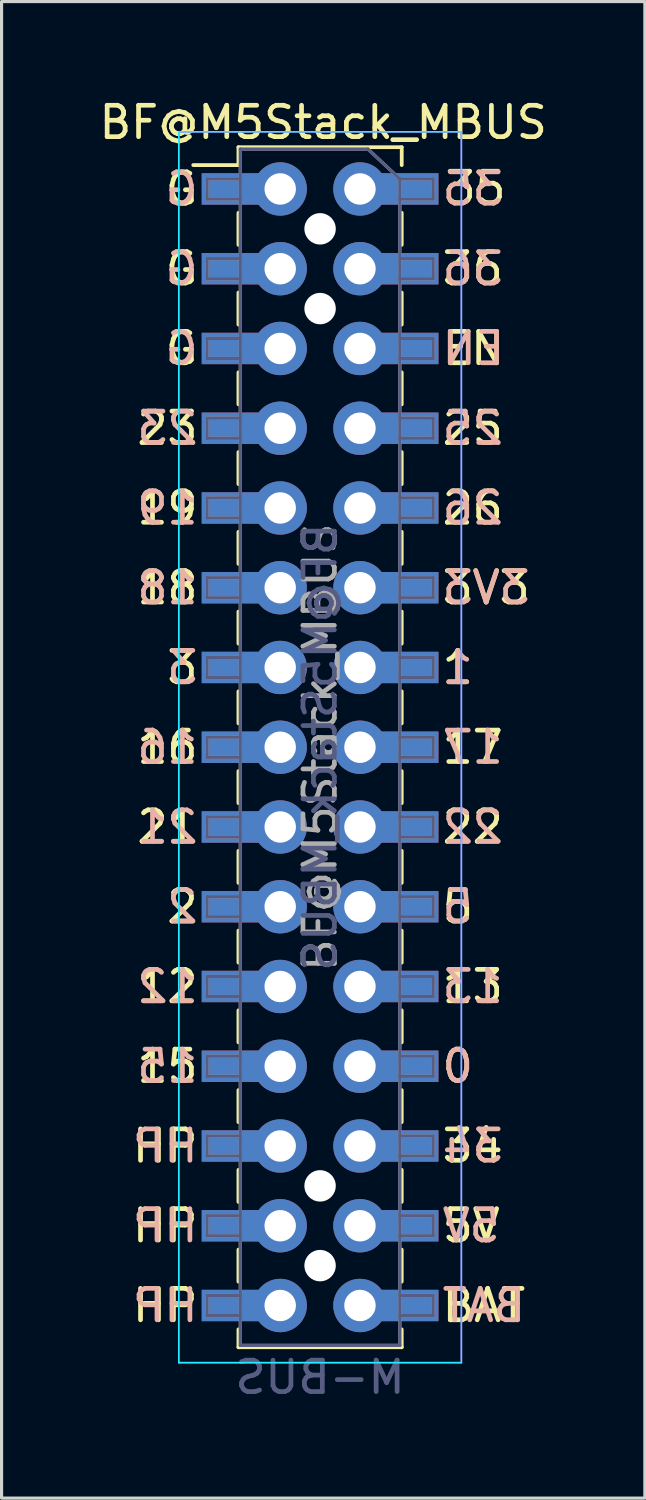
<source format=kicad_pcb>
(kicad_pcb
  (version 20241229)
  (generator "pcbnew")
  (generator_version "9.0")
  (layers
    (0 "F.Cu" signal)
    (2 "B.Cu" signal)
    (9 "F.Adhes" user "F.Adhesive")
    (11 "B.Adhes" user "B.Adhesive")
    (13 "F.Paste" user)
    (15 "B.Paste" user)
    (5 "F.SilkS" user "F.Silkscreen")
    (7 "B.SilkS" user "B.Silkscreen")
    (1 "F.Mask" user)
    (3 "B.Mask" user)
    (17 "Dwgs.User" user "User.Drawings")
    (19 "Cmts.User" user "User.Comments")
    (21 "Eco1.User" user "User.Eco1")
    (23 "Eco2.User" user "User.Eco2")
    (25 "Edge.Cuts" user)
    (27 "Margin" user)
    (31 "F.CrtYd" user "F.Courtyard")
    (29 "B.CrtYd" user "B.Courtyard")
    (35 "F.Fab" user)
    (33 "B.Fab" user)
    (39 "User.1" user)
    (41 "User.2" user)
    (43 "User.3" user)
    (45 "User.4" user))
  (footprint "BF@M5Stack_MBUS"
    (layer "F.Cu")
    (at 7.144 20.748)
    (property "Reference" "BF@M5Stack_MBUS" (at 0.1 -19.9 0) (layer "F.SilkS") (effects (font (size 1 1) (thickness 0.15))))
    (attr smd)
    (fp_line (start -4.04 -18.54) (end -2.6 -18.54) (stroke (width 0.12) (type solid)) (layer "F.SilkS"))
    (fp_line (start -2.6 -19.11) (end -2.6 -18.54) (stroke (width 0.12) (type solid)) (layer "F.SilkS"))
    (fp_line (start -2.6 -19.11) (end 2.6 -19.11) (stroke (width 0.12) (type solid)) (layer "F.SilkS"))
    (fp_line (start -2.6 -17.02) (end -2.6 -16) (stroke (width 0.12) (type solid)) (layer "F.SilkS"))
    (fp_line (start -2.6 -14.48) (end -2.6 -13.46) (stroke (width 0.12) (type solid)) (layer "F.SilkS"))
    (fp_line (start -2.6 -11.94) (end -2.6 -10.92) (stroke (width 0.12) (type solid)) (layer "F.SilkS"))
    (fp_line (start -2.6 -9.4) (end -2.6 -8.38) (stroke (width 0.12) (type solid)) (layer "F.SilkS"))
    (fp_line (start -2.6 -6.86) (end -2.6 -5.84) (stroke (width 0.12) (type solid)) (layer "F.SilkS"))
    (fp_line (start -2.6 -4.32) (end -2.6 -3.3) (stroke (width 0.12) (type solid)) (layer "F.SilkS"))
    (fp_line (start -2.6 -1.78) (end -2.6 -0.76) (stroke (width 0.12) (type solid)) (layer "F.SilkS"))
    (fp_line (start -2.6 0.76) (end -2.6 1.78) (stroke (width 0.12) (type solid)) (layer "F.SilkS"))
    (fp_line (start -2.6 3.3) (end -2.6 4.32) (stroke (width 0.12) (type solid)) (layer "F.SilkS"))
    (fp_line (start -2.6 5.84) (end -2.6 6.86) (stroke (width 0.12) (type solid)) (layer "F.SilkS"))
    (fp_line (start -2.6 8.38) (end -2.6 9.4) (stroke (width 0.12) (type solid)) (layer "F.SilkS"))
    (fp_line (start -2.6 10.92) (end -2.6 11.94) (stroke (width 0.12) (type solid)) (layer "F.SilkS"))
    (fp_line (start -2.6 13.46) (end -2.6 14.48) (stroke (width 0.12) (type solid)) (layer "F.SilkS"))
    (fp_line (start -2.6 16) (end -2.6 17.02) (stroke (width 0.12) (type solid)) (layer "F.SilkS"))
    (fp_line (start -2.6 18.54) (end -2.6 19.11) (stroke (width 0.12) (type solid)) (layer "F.SilkS"))
    (fp_line (start -2.6 19.11) (end 2.6 19.11) (stroke (width 0.12) (type solid)) (layer "F.SilkS"))
    (fp_line (start 2.6 -19.11) (end 2.6 -18.54) (stroke (width 0.12) (type solid)) (layer "F.SilkS"))
    (fp_line (start 2.6 -17.02) (end 2.6 -16) (stroke (width 0.12) (type solid)) (layer "F.SilkS"))
    (fp_line (start 2.6 -14.48) (end 2.6 -13.46) (stroke (width 0.12) (type solid)) (layer "F.SilkS"))
    (fp_line (start 2.6 -11.94) (end 2.6 -10.92) (stroke (width 0.12) (type solid)) (layer "F.SilkS"))
    (fp_line (start 2.6 -9.4) (end 2.6 -8.38) (stroke (width 0.12) (type solid)) (layer "F.SilkS"))
    (fp_line (start 2.6 -6.86) (end 2.6 -5.84) (stroke (width 0.12) (type solid)) (layer "F.SilkS"))
    (fp_line (start 2.6 -4.32) (end 2.6 -3.3) (stroke (width 0.12) (type solid)) (layer "F.SilkS"))
    (fp_line (start 2.6 -1.78) (end 2.6 -0.76) (stroke (width 0.12) (type solid)) (layer "F.SilkS"))
    (fp_line (start 2.6 0.76) (end 2.6 1.78) (stroke (width 0.12) (type solid)) (layer "F.SilkS"))
    (fp_line (start 2.6 3.3) (end 2.6 4.32) (stroke (width 0.12) (type solid)) (layer "F.SilkS"))
    (fp_line (start 2.6 5.84) (end 2.6 6.86) (stroke (width 0.12) (type solid)) (layer "F.SilkS"))
    (fp_line (start 2.6 8.38) (end 2.6 9.4) (stroke (width 0.12) (type solid)) (layer "F.SilkS"))
    (fp_line (start 2.6 10.92) (end 2.6 11.94) (stroke (width 0.12) (type solid)) (layer "F.SilkS"))
    (fp_line (start 2.6 13.46) (end 2.6 14.48) (stroke (width 0.12) (type solid)) (layer "F.SilkS"))
    (fp_line (start 2.6 16) (end 2.6 17.02) (stroke (width 0.12) (type solid)) (layer "F.SilkS"))
    (fp_line (start 2.6 18.54) (end 2.6 19.11) (stroke (width 0.12) (type solid)) (layer "F.SilkS"))
    (fp_poly (pts (xy -1.968 -17.335) (xy -3.683 -17.335) (xy -3.683 -18.224) (xy -1.968 -18.224)) (stroke (width 0.1) (type solid)) (fill yes) (layer "F.Paste"))
    (fp_poly (pts (xy -1.968 -14.796) (xy -3.683 -14.796) (xy -3.683 -15.684) (xy -1.968 -15.684)) (stroke (width 0.1) (type solid)) (fill yes) (layer "F.Paste"))
    (fp_poly (pts (xy -1.968 -12.255) (xy -3.683 -12.255) (xy -3.683 -13.145) (xy -1.968 -13.145)) (stroke (width 0.1) (type solid)) (fill yes) (layer "F.Paste"))
    (fp_poly (pts (xy -1.968 -9.716) (xy -3.683 -9.716) (xy -3.683 -10.604) (xy -1.968 -10.604)) (stroke (width 0.1) (type solid)) (fill yes) (layer "F.Paste"))
    (fp_poly (pts (xy -1.968 -7.176) (xy -3.683 -7.176) (xy -3.683 -8.065) (xy -1.968 -8.065)) (stroke (width 0.1) (type solid)) (fill yes) (layer "F.Paste"))
    (fp_poly (pts (xy -1.968 -4.636) (xy -3.683 -4.636) (xy -3.683 -5.524) (xy -1.968 -5.524)) (stroke (width 0.1) (type solid)) (fill yes) (layer "F.Paste"))
    (fp_poly (pts (xy -1.968 -2.095) (xy -3.683 -2.095) (xy -3.683 -2.985) (xy -1.968 -2.985)) (stroke (width 0.1) (type solid)) (fill yes) (layer "F.Paste"))
    (fp_poly (pts (xy -1.968 0.445) (xy -3.683 0.445) (xy -3.683 -0.445) (xy -1.968 -0.445)) (stroke (width 0.1) (type solid)) (fill yes) (layer "F.Paste"))
    (fp_poly (pts (xy -1.968 2.985) (xy -3.683 2.985) (xy -3.683 2.095) (xy -1.968 2.095)) (stroke (width 0.1) (type solid)) (fill yes) (layer "F.Paste"))
    (fp_poly (pts (xy -1.968 5.524) (xy -3.683 5.524) (xy -3.683 4.636) (xy -1.968 4.636)) (stroke (width 0.1) (type solid)) (fill yes) (layer "F.Paste"))
    (fp_poly (pts (xy -1.968 8.065) (xy -3.683 8.065) (xy -3.683 7.176) (xy -1.968 7.176)) (stroke (width 0.1) (type solid)) (fill yes) (layer "F.Paste"))
    (fp_poly (pts (xy -1.968 10.604) (xy -3.683 10.604) (xy -3.683 9.716) (xy -1.968 9.716)) (stroke (width 0.1) (type solid)) (fill yes) (layer "F.Paste"))
    (fp_poly (pts (xy -1.968 13.145) (xy -3.683 13.145) (xy -3.683 12.255) (xy -1.968 12.255)) (stroke (width 0.1) (type solid)) (fill yes) (layer "F.Paste"))
    (fp_poly (pts (xy -1.968 15.684) (xy -3.683 15.684) (xy -3.683 14.796) (xy -1.968 14.796)) (stroke (width 0.1) (type solid)) (fill yes) (layer "F.Paste"))
    (fp_poly (pts (xy -1.968 18.224) (xy -3.683 18.224) (xy -3.683 17.335) (xy -1.968 17.335)) (stroke (width 0.1) (type solid)) (fill yes) (layer "F.Paste"))
    (fp_poly (pts (xy 3.683 -17.335) (xy 1.968 -17.335) (xy 1.968 -18.224) (xy 3.683 -18.224)) (stroke (width 0.1) (type solid)) (fill yes) (layer "F.Paste"))
    (fp_poly (pts (xy 3.683 -14.796) (xy 1.968 -14.796) (xy 1.968 -15.684) (xy 3.683 -15.684)) (stroke (width 0.1) (type solid)) (fill yes) (layer "F.Paste"))
    (fp_poly (pts (xy 3.683 -12.255) (xy 1.968 -12.255) (xy 1.968 -13.145) (xy 3.683 -13.145)) (stroke (width 0.1) (type solid)) (fill yes) (layer "F.Paste"))
    (fp_poly (pts (xy 3.683 -9.716) (xy 1.968 -9.716) (xy 1.968 -10.604) (xy 3.683 -10.604)) (stroke (width 0.1) (type solid)) (fill yes) (layer "F.Paste"))
    (fp_poly (pts (xy 3.683 -7.176) (xy 1.968 -7.176) (xy 1.968 -8.065) (xy 3.683 -8.065)) (stroke (width 0.1) (type solid)) (fill yes) (layer "F.Paste"))
    (fp_poly (pts (xy 3.683 -4.636) (xy 1.968 -4.636) (xy 1.968 -5.524) (xy 3.683 -5.524)) (stroke (width 0.1) (type solid)) (fill yes) (layer "F.Paste"))
    (fp_poly (pts (xy 3.683 -2.095) (xy 1.968 -2.095) (xy 1.968 -2.985) (xy 3.683 -2.985)) (stroke (width 0.1) (type solid)) (fill yes) (layer "F.Paste"))
    (fp_poly (pts (xy 3.683 0.445) (xy 1.968 0.445) (xy 1.968 -0.445) (xy 3.683 -0.445)) (stroke (width 0.1) (type solid)) (fill yes) (layer "F.Paste"))
    (fp_poly (pts (xy 3.683 2.985) (xy 1.968 2.985) (xy 1.968 2.095) (xy 3.683 2.095)) (stroke (width 0.1) (type solid)) (fill yes) (layer "F.Paste"))
    (fp_poly (pts (xy 3.683 5.524) (xy 1.968 5.524) (xy 1.968 4.636) (xy 3.683 4.636)) (stroke (width 0.1) (type solid)) (fill yes) (layer "F.Paste"))
    (fp_poly (pts (xy 3.683 8.065) (xy 1.968 8.065) (xy 1.968 7.176) (xy 3.683 7.176)) (stroke (width 0.1) (type solid)) (fill yes) (layer "F.Paste"))
    (fp_poly (pts (xy 3.683 10.604) (xy 1.968 10.604) (xy 1.968 9.716) (xy 3.683 9.716)) (stroke (width 0.1) (type solid)) (fill yes) (layer "F.Paste"))
    (fp_poly (pts (xy 3.683 13.145) (xy 1.968 13.145) (xy 1.968 12.255) (xy 3.683 12.255)) (stroke (width 0.1) (type solid)) (fill yes) (layer "F.Paste"))
    (fp_poly (pts (xy 3.683 15.684) (xy 1.968 15.684) (xy 1.968 14.796) (xy 3.683 14.796)) (stroke (width 0.1) (type solid)) (fill yes) (layer "F.Paste"))
    (fp_poly (pts (xy 3.683 18.224) (xy 1.968 18.224) (xy 1.968 17.335) (xy 3.683 17.335)) (stroke (width 0.1) (type solid)) (fill yes) (layer "F.Paste"))
    (fp_poly (pts (xy -1.968 -18.224) (xy -3.683 -18.224) (xy -3.683 -17.335) (xy -1.968 -17.335)) (stroke (width 0.1) (type solid)) (fill yes) (layer "B.Paste"))
    (fp_poly (pts (xy -1.968 -15.684) (xy -3.683 -15.684) (xy -3.683 -14.796) (xy -1.968 -14.796)) (stroke (width 0.1) (type solid)) (fill yes) (layer "B.Paste"))
    (fp_poly (pts (xy -1.968 -13.145) (xy -3.683 -13.145) (xy -3.683 -12.255) (xy -1.968 -12.255)) (stroke (width 0.1) (type solid)) (fill yes) (layer "B.Paste"))
    (fp_poly (pts (xy -1.968 -10.604) (xy -3.683 -10.604) (xy -3.683 -9.716) (xy -1.968 -9.716)) (stroke (width 0.1) (type solid)) (fill yes) (layer "B.Paste"))
    (fp_poly (pts (xy -1.968 -8.065) (xy -3.683 -8.065) (xy -3.683 -7.176) (xy -1.968 -7.176)) (stroke (width 0.1) (type solid)) (fill yes) (layer "B.Paste"))
    (fp_poly (pts (xy -1.968 -5.524) (xy -3.683 -5.524) (xy -3.683 -4.636) (xy -1.968 -4.636)) (stroke (width 0.1) (type solid)) (fill yes) (layer "B.Paste"))
    (fp_poly (pts (xy -1.968 -2.985) (xy -3.683 -2.985) (xy -3.683 -2.095) (xy -1.968 -2.095)) (stroke (width 0.1) (type solid)) (fill yes) (layer "B.Paste"))
    (fp_poly (pts (xy -1.968 -0.445) (xy -3.683 -0.445) (xy -3.683 0.445) (xy -1.968 0.445)) (stroke (width 0.1) (type solid)) (fill yes) (layer "B.Paste"))
    (fp_poly (pts (xy -1.968 2.095) (xy -3.683 2.095) (xy -3.683 2.985) (xy -1.968 2.985)) (stroke (width 0.1) (type solid)) (fill yes) (layer "B.Paste"))
    (fp_poly (pts (xy -1.968 4.636) (xy -3.683 4.636) (xy -3.683 5.524) (xy -1.968 5.524)) (stroke (width 0.1) (type solid)) (fill yes) (layer "B.Paste"))
    (fp_poly (pts (xy -1.968 7.176) (xy -3.683 7.176) (xy -3.683 8.065) (xy -1.968 8.065)) (stroke (width 0.1) (type solid)) (fill yes) (layer "B.Paste"))
    (fp_poly (pts (xy -1.968 9.716) (xy -3.683 9.716) (xy -3.683 10.604) (xy -1.968 10.604)) (stroke (width 0.1) (type solid)) (fill yes) (layer "B.Paste"))
    (fp_poly (pts (xy -1.968 12.255) (xy -3.683 12.255) (xy -3.683 13.145) (xy -1.968 13.145)) (stroke (width 0.1) (type solid)) (fill yes) (layer "B.Paste"))
    (fp_poly (pts (xy -1.968 14.796) (xy -3.683 14.796) (xy -3.683 15.684) (xy -1.968 15.684)) (stroke (width 0.1) (type solid)) (fill yes) (layer "B.Paste"))
    (fp_poly (pts (xy -1.968 17.335) (xy -3.683 17.335) (xy -3.683 18.224) (xy -1.968 18.224)) (stroke (width 0.1) (type solid)) (fill yes) (layer "B.Paste"))
    (fp_poly (pts (xy 3.683 -18.224) (xy 1.968 -18.224) (xy 1.968 -17.335) (xy 3.683 -17.335)) (stroke (width 0.1) (type solid)) (fill yes) (layer "B.Paste"))
    (fp_poly (pts (xy 3.683 -15.684) (xy 1.968 -15.684) (xy 1.968 -14.796) (xy 3.683 -14.796)) (stroke (width 0.1) (type solid)) (fill yes) (layer "B.Paste"))
    (fp_poly (pts (xy 3.683 -13.145) (xy 1.968 -13.145) (xy 1.968 -12.255) (xy 3.683 -12.255)) (stroke (width 0.1) (type solid)) (fill yes) (layer "B.Paste"))
    (fp_poly (pts (xy 3.683 -10.604) (xy 1.968 -10.604) (xy 1.968 -9.716) (xy 3.683 -9.716)) (stroke (width 0.1) (type solid)) (fill yes) (layer "B.Paste"))
    (fp_poly (pts (xy 3.683 -8.065) (xy 1.968 -8.065) (xy 1.968 -7.176) (xy 3.683 -7.176)) (stroke (width 0.1) (type solid)) (fill yes) (layer "B.Paste"))
    (fp_poly (pts (xy 3.683 -5.524) (xy 1.968 -5.524) (xy 1.968 -4.636) (xy 3.683 -4.636)) (stroke (width 0.1) (type solid)) (fill yes) (layer "B.Paste"))
    (fp_poly (pts (xy 3.683 -2.985) (xy 1.968 -2.985) (xy 1.968 -2.095) (xy 3.683 -2.095)) (stroke (width 0.1) (type solid)) (fill yes) (layer "B.Paste"))
    (fp_poly (pts (xy 3.683 -0.445) (xy 1.968 -0.445) (xy 1.968 0.445) (xy 3.683 0.445)) (stroke (width 0.1) (type solid)) (fill yes) (layer "B.Paste"))
    (fp_poly (pts (xy 3.683 2.095) (xy 1.968 2.095) (xy 1.968 2.985) (xy 3.683 2.985)) (stroke (width 0.1) (type solid)) (fill yes) (layer "B.Paste"))
    (fp_poly (pts (xy 3.683 4.636) (xy 1.968 4.636) (xy 1.968 5.524) (xy 3.683 5.524)) (stroke (width 0.1) (type solid)) (fill yes) (layer "B.Paste"))
    (fp_poly (pts (xy 3.683 7.176) (xy 1.968 7.176) (xy 1.968 8.065) (xy 3.683 8.065)) (stroke (width 0.1) (type solid)) (fill yes) (layer "B.Paste"))
    (fp_poly (pts (xy 3.683 9.716) (xy 1.968 9.716) (xy 1.968 10.604) (xy 3.683 10.604)) (stroke (width 0.1) (type solid)) (fill yes) (layer "B.Paste"))
    (fp_poly (pts (xy 3.683 12.255) (xy 1.968 12.255) (xy 1.968 13.145) (xy 3.683 13.145)) (stroke (width 0.1) (type solid)) (fill yes) (layer "B.Paste"))
    (fp_poly (pts (xy 3.683 14.796) (xy 1.968 14.796) (xy 1.968 15.684) (xy 3.683 15.684)) (stroke (width 0.1) (type solid)) (fill yes) (layer "B.Paste"))
    (fp_poly (pts (xy 3.683 17.335) (xy 1.968 17.335) (xy 1.968 18.224) (xy 3.683 18.224)) (stroke (width 0.1) (type solid)) (fill yes) (layer "B.Paste"))
    (fp_line (start -4.5 -19.6) (end 4.5 -19.6) (stroke (width 0.05) (type solid)) (layer "B.CrtYd"))
    (fp_line (start -4.5 19.6) (end -4.5 -19.6) (stroke (width 0.05) (type solid)) (layer "B.CrtYd"))
    (fp_line (start 4.5 -19.6) (end 4.5 19.6) (stroke (width 0.05) (type solid)) (layer "B.CrtYd"))
    (fp_line (start 4.5 19.6) (end -4.5 19.6) (stroke (width 0.05) (type solid)) (layer "B.CrtYd"))
    (fp_line (start -4.5 -19.6) (end -4.5 19.6) (stroke (width 0.05) (type solid)) (layer "F.CrtYd"))
    (fp_line (start -4.5 19.6) (end 4.5 19.6) (stroke (width 0.05) (type solid)) (layer "F.CrtYd"))
    (fp_line (start 4.5 -19.6) (end -4.5 -19.6) (stroke (width 0.05) (type solid)) (layer "F.CrtYd"))
    (fp_line (start 4.5 19.6) (end 4.5 -19.6) (stroke (width 0.05) (type solid)) (layer "F.CrtYd"))
    (fp_line (start -3.6 -18.1) (end -3.6 -17.46) (stroke (width 0.1) (type solid)) (layer "B.Fab"))
    (fp_line (start -3.6 -17.46) (end -2.54 -17.46) (stroke (width 0.1) (type solid)) (layer "B.Fab"))
    (fp_line (start -3.6 -15.56) (end -3.6 -14.92) (stroke (width 0.1) (type solid)) (layer "B.Fab"))
    (fp_line (start -3.6 -14.92) (end -2.54 -14.92) (stroke (width 0.1) (type solid)) (layer "B.Fab"))
    (fp_line (start -3.6 -13.02) (end -3.6 -12.38) (stroke (width 0.1) (type solid)) (layer "B.Fab"))
    (fp_line (start -3.6 -12.38) (end -2.54 -12.38) (stroke (width 0.1) (type solid)) (layer "B.Fab"))
    (fp_line (start -3.6 -10.48) (end -3.6 -9.84) (stroke (width 0.1) (type solid)) (layer "B.Fab"))
    (fp_line (start -3.6 -9.84) (end -2.54 -9.84) (stroke (width 0.1) (type solid)) (layer "B.Fab"))
    (fp_line (start -3.6 -7.94) (end -3.6 -7.3) (stroke (width 0.1) (type solid)) (layer "B.Fab"))
    (fp_line (start -3.6 -7.3) (end -2.54 -7.3) (stroke (width 0.1) (type solid)) (layer "B.Fab"))
    (fp_line (start -3.6 -5.4) (end -3.6 -4.76) (stroke (width 0.1) (type solid)) (layer "B.Fab"))
    (fp_line (start -3.6 -4.76) (end -2.54 -4.76) (stroke (width 0.1) (type solid)) (layer "B.Fab"))
    (fp_line (start -3.6 -2.86) (end -3.6 -2.22) (stroke (width 0.1) (type solid)) (layer "B.Fab"))
    (fp_line (start -3.6 -2.22) (end -2.54 -2.22) (stroke (width 0.1) (type solid)) (layer "B.Fab"))
    (fp_line (start -3.6 -0.32) (end -3.6 0.32) (stroke (width 0.1) (type solid)) (layer "B.Fab"))
    (fp_line (start -3.6 0.32) (end -2.54 0.32) (stroke (width 0.1) (type solid)) (layer "B.Fab"))
    (fp_line (start -3.6 2.22) (end -3.6 2.86) (stroke (width 0.1) (type solid)) (layer "B.Fab"))
    (fp_line (start -3.6 2.86) (end -2.54 2.86) (stroke (width 0.1) (type solid)) (layer "B.Fab"))
    (fp_line (start -3.6 4.76) (end -3.6 5.4) (stroke (width 0.1) (type solid)) (layer "B.Fab"))
    (fp_line (start -3.6 5.4) (end -2.54 5.4) (stroke (width 0.1) (type solid)) (layer "B.Fab"))
    (fp_line (start -3.6 7.3) (end -3.6 7.94) (stroke (width 0.1) (type solid)) (layer "B.Fab"))
    (fp_line (start -3.6 7.94) (end -2.54 7.94) (stroke (width 0.1) (type solid)) (layer "B.Fab"))
    (fp_line (start -3.6 9.84) (end -3.6 10.48) (stroke (width 0.1) (type solid)) (layer "B.Fab"))
    (fp_line (start -3.6 10.48) (end -2.54 10.48) (stroke (width 0.1) (type solid)) (layer "B.Fab"))
    (fp_line (start -3.6 12.38) (end -3.6 13.02) (stroke (width 0.1) (type solid)) (layer "B.Fab"))
    (fp_line (start -3.6 13.02) (end -2.54 13.02) (stroke (width 0.1) (type solid)) (layer "B.Fab"))
    (fp_line (start -3.6 14.92) (end -3.6 15.56) (stroke (width 0.1) (type solid)) (layer "B.Fab"))
    (fp_line (start -3.6 15.56) (end -2.54 15.56) (stroke (width 0.1) (type solid)) (layer "B.Fab"))
    (fp_line (start -3.6 17.46) (end -3.6 18.1) (stroke (width 0.1) (type solid)) (layer "B.Fab"))
    (fp_line (start -3.6 18.1) (end -2.54 18.1) (stroke (width 0.1) (type solid)) (layer "B.Fab"))
    (fp_line (start -2.54 -19.05) (end 1.524 -19.05) (stroke (width 0.1) (type solid)) (layer "B.Fab"))
    (fp_line (start -2.54 -18.1) (end -3.6 -18.1) (stroke (width 0.1) (type solid)) (layer "B.Fab"))
    (fp_line (start -2.54 -15.56) (end -3.6 -15.56) (stroke (width 0.1) (type solid)) (layer "B.Fab"))
    (fp_line (start -2.54 -13.02) (end -3.6 -13.02) (stroke (width 0.1) (type solid)) (layer "B.Fab"))
    (fp_line (start -2.54 -10.48) (end -3.6 -10.48) (stroke (width 0.1) (type solid)) (layer "B.Fab"))
    (fp_line (start -2.54 -7.94) (end -3.6 -7.94) (stroke (width 0.1) (type solid)) (layer "B.Fab"))
    (fp_line (start -2.54 -5.4) (end -3.6 -5.4) (stroke (width 0.1) (type solid)) (layer "B.Fab"))
    (fp_line (start -2.54 -2.86) (end -3.6 -2.86) (stroke (width 0.1) (type solid)) (layer "B.Fab"))
    (fp_line (start -2.54 -0.32) (end -3.6 -0.32) (stroke (width 0.1) (type solid)) (layer "B.Fab"))
    (fp_line (start -2.54 2.22) (end -3.6 2.22) (stroke (width 0.1) (type solid)) (layer "B.Fab"))
    (fp_line (start -2.54 4.76) (end -3.6 4.76) (stroke (width 0.1) (type solid)) (layer "B.Fab"))
    (fp_line (start -2.54 7.3) (end -3.6 7.3) (stroke (width 0.1) (type solid)) (layer "B.Fab"))
    (fp_line (start -2.54 9.84) (end -3.6 9.84) (stroke (width 0.1) (type solid)) (layer "B.Fab"))
    (fp_line (start -2.54 12.38) (end -3.6 12.38) (stroke (width 0.1) (type solid)) (layer "B.Fab"))
    (fp_line (start -2.54 14.92) (end -3.6 14.92) (stroke (width 0.1) (type solid)) (layer "B.Fab"))
    (fp_line (start -2.54 17.46) (end -3.6 17.46) (stroke (width 0.1) (type solid)) (layer "B.Fab"))
    (fp_line (start -2.54 19.05) (end -2.54 -19.05) (stroke (width 0.1) (type solid)) (layer "B.Fab"))
    (fp_line (start 2.54 -18.1) (end 1.524 -19.05) (stroke (width 0.1) (type solid)) (layer "B.Fab"))
    (fp_line (start 2.54 -18.1) (end 2.54 19.05) (stroke (width 0.1) (type solid)) (layer "B.Fab"))
    (fp_line (start 2.54 -18.1) (end 3.6 -18.1) (stroke (width 0.1) (type solid)) (layer "B.Fab"))
    (fp_line (start 2.54 -15.56) (end 3.6 -15.56) (stroke (width 0.1) (type solid)) (layer "B.Fab"))
    (fp_line (start 2.54 -13.02) (end 3.6 -13.02) (stroke (width 0.1) (type solid)) (layer "B.Fab"))
    (fp_line (start 2.54 -10.48) (end 3.6 -10.48) (stroke (width 0.1) (type solid)) (layer "B.Fab"))
    (fp_line (start 2.54 -7.94) (end 3.6 -7.94) (stroke (width 0.1) (type solid)) (layer "B.Fab"))
    (fp_line (start 2.54 -5.4) (end 3.6 -5.4) (stroke (width 0.1) (type solid)) (layer "B.Fab"))
    (fp_line (start 2.54 -2.86) (end 3.6 -2.86) (stroke (width 0.1) (type solid)) (layer "B.Fab"))
    (fp_line (start 2.54 -0.32) (end 3.6 -0.32) (stroke (width 0.1) (type solid)) (layer "B.Fab"))
    (fp_line (start 2.54 2.22) (end 3.6 2.22) (stroke (width 0.1) (type solid)) (layer "B.Fab"))
    (fp_line (start 2.54 4.76) (end 3.6 4.76) (stroke (width 0.1) (type solid)) (layer "B.Fab"))
    (fp_line (start 2.54 7.3) (end 3.6 7.3) (stroke (width 0.1) (type solid)) (layer "B.Fab"))
    (fp_line (start 2.54 9.84) (end 3.6 9.84) (stroke (width 0.1) (type solid)) (layer "B.Fab"))
    (fp_line (start 2.54 12.38) (end 3.6 12.38) (stroke (width 0.1) (type solid)) (layer "B.Fab"))
    (fp_line (start 2.54 14.92) (end 3.6 14.92) (stroke (width 0.1) (type solid)) (layer "B.Fab"))
    (fp_line (start 2.54 17.46) (end 3.6 17.46) (stroke (width 0.1) (type solid)) (layer "B.Fab"))
    (fp_line (start 2.54 19.05) (end -2.54 19.05) (stroke (width 0.1) (type solid)) (layer "B.Fab"))
    (fp_line (start 3.6 -18.1) (end 3.6 -17.46) (stroke (width 0.1) (type solid)) (layer "B.Fab"))
    (fp_line (start 3.6 -17.46) (end 2.54 -17.46) (stroke (width 0.1) (type solid)) (layer "B.Fab"))
    (fp_line (start 3.6 -15.56) (end 3.6 -14.92) (stroke (width 0.1) (type solid)) (layer "B.Fab"))
    (fp_line (start 3.6 -14.92) (end 2.54 -14.92) (stroke (width 0.1) (type solid)) (layer "B.Fab"))
    (fp_line (start 3.6 -13.02) (end 3.6 -12.38) (stroke (width 0.1) (type solid)) (layer "B.Fab"))
    (fp_line (start 3.6 -12.38) (end 2.54 -12.38) (stroke (width 0.1) (type solid)) (layer "B.Fab"))
    (fp_line (start 3.6 -10.48) (end 3.6 -9.84) (stroke (width 0.1) (type solid)) (layer "B.Fab"))
    (fp_line (start 3.6 -9.84) (end 2.54 -9.84) (stroke (width 0.1) (type solid)) (layer "B.Fab"))
    (fp_line (start 3.6 -7.94) (end 3.6 -7.3) (stroke (width 0.1) (type solid)) (layer "B.Fab"))
    (fp_line (start 3.6 -7.3) (end 2.54 -7.3) (stroke (width 0.1) (type solid)) (layer "B.Fab"))
    (fp_line (start 3.6 -5.4) (end 3.6 -4.76) (stroke (width 0.1) (type solid)) (layer "B.Fab"))
    (fp_line (start 3.6 -4.76) (end 2.54 -4.76) (stroke (width 0.1) (type solid)) (layer "B.Fab"))
    (fp_line (start 3.6 -2.86) (end 3.6 -2.22) (stroke (width 0.1) (type solid)) (layer "B.Fab"))
    (fp_line (start 3.6 -2.22) (end 2.54 -2.22) (stroke (width 0.1) (type solid)) (layer "B.Fab"))
    (fp_line (start 3.6 -0.32) (end 3.6 0.32) (stroke (width 0.1) (type solid)) (layer "B.Fab"))
    (fp_line (start 3.6 0.32) (end 2.54 0.32) (stroke (width 0.1) (type solid)) (layer "B.Fab"))
    (fp_line (start 3.6 2.22) (end 3.6 2.86) (stroke (width 0.1) (type solid)) (layer "B.Fab"))
    (fp_line (start 3.6 2.86) (end 2.54 2.86) (stroke (width 0.1) (type solid)) (layer "B.Fab"))
    (fp_line (start 3.6 4.76) (end 3.6 5.4) (stroke (width 0.1) (type solid)) (layer "B.Fab"))
    (fp_line (start 3.6 5.4) (end 2.54 5.4) (stroke (width 0.1) (type solid)) (layer "B.Fab"))
    (fp_line (start 3.6 7.3) (end 3.6 7.94) (stroke (width 0.1) (type solid)) (layer "B.Fab"))
    (fp_line (start 3.6 7.94) (end 2.54 7.94) (stroke (width 0.1) (type solid)) (layer "B.Fab"))
    (fp_line (start 3.6 9.84) (end 3.6 10.48) (stroke (width 0.1) (type solid)) (layer "B.Fab"))
    (fp_line (start 3.6 10.48) (end 2.54 10.48) (stroke (width 0.1) (type solid)) (layer "B.Fab"))
    (fp_line (start 3.6 12.38) (end 3.6 13.02) (stroke (width 0.1) (type solid)) (layer "B.Fab"))
    (fp_line (start 3.6 13.02) (end 2.54 13.02) (stroke (width 0.1) (type solid)) (layer "B.Fab"))
    (fp_line (start 3.6 14.92) (end 3.6 15.56) (stroke (width 0.1) (type solid)) (layer "B.Fab"))
    (fp_line (start 3.6 15.56) (end 2.54 15.56) (stroke (width 0.1) (type solid)) (layer "B.Fab"))
    (fp_line (start 3.6 17.46) (end 3.6 18.1) (stroke (width 0.1) (type solid)) (layer "B.Fab"))
    (fp_line (start 3.6 18.1) (end 2.54 18.1) (stroke (width 0.1) (type solid)) (layer "B.Fab"))
    (fp_line (start -3.6 -18.1) (end -3.6 -17.46) (stroke (width 0.1) (type solid)) (layer "F.Fab"))
    (fp_line (start -3.6 -17.46) (end -2.54 -17.46) (stroke (width 0.1) (type solid)) (layer "F.Fab"))
    (fp_line (start -3.6 -15.56) (end -3.6 -14.92) (stroke (width 0.1) (type solid)) (layer "F.Fab"))
    (fp_line (start -3.6 -14.92) (end -2.54 -14.92) (stroke (width 0.1) (type solid)) (layer "F.Fab"))
    (fp_line (start -3.6 -13.02) (end -3.6 -12.38) (stroke (width 0.1) (type solid)) (layer "F.Fab"))
    (fp_line (start -3.6 -12.38) (end -2.54 -12.38) (stroke (width 0.1) (type solid)) (layer "F.Fab"))
    (fp_line (start -3.6 -10.48) (end -3.6 -9.84) (stroke (width 0.1) (type solid)) (layer "F.Fab"))
    (fp_line (start -3.6 -9.84) (end -2.54 -9.84) (stroke (width 0.1) (type solid)) (layer "F.Fab"))
    (fp_line (start -3.6 -7.94) (end -3.6 -7.3) (stroke (width 0.1) (type solid)) (layer "F.Fab"))
    (fp_line (start -3.6 -7.3) (end -2.54 -7.3) (stroke (width 0.1) (type solid)) (layer "F.Fab"))
    (fp_line (start -3.6 -5.4) (end -3.6 -4.76) (stroke (width 0.1) (type solid)) (layer "F.Fab"))
    (fp_line (start -3.6 -4.76) (end -2.54 -4.76) (stroke (width 0.1) (type solid)) (layer "F.Fab"))
    (fp_line (start -3.6 -2.86) (end -3.6 -2.22) (stroke (width 0.1) (type solid)) (layer "F.Fab"))
    (fp_line (start -3.6 -2.22) (end -2.54 -2.22) (stroke (width 0.1) (type solid)) (layer "F.Fab"))
    (fp_line (start -3.6 -0.32) (end -3.6 0.32) (stroke (width 0.1) (type solid)) (layer "F.Fab"))
    (fp_line (start -3.6 0.32) (end -2.54 0.32) (stroke (width 0.1) (type solid)) (layer "F.Fab"))
    (fp_line (start -3.6 2.22) (end -3.6 2.86) (stroke (width 0.1) (type solid)) (layer "F.Fab"))
    (fp_line (start -3.6 2.86) (end -2.54 2.86) (stroke (width 0.1) (type solid)) (layer "F.Fab"))
    (fp_line (start -3.6 4.76) (end -3.6 5.4) (stroke (width 0.1) (type solid)) (layer "F.Fab"))
    (fp_line (start -3.6 5.4) (end -2.54 5.4) (stroke (width 0.1) (type solid)) (layer "F.Fab"))
    (fp_line (start -3.6 7.3) (end -3.6 7.94) (stroke (width 0.1) (type solid)) (layer "F.Fab"))
    (fp_line (start -3.6 7.94) (end -2.54 7.94) (stroke (width 0.1) (type solid)) (layer "F.Fab"))
    (fp_line (start -3.6 9.84) (end -3.6 10.48) (stroke (width 0.1) (type solid)) (layer "F.Fab"))
    (fp_line (start -3.6 10.48) (end -2.54 10.48) (stroke (width 0.1) (type solid)) (layer "F.Fab"))
    (fp_line (start -3.6 12.38) (end -3.6 13.02) (stroke (width 0.1) (type solid)) (layer "F.Fab"))
    (fp_line (start -3.6 13.02) (end -2.54 13.02) (stroke (width 0.1) (type solid)) (layer "F.Fab"))
    (fp_line (start -3.6 14.92) (end -3.6 15.56) (stroke (width 0.1) (type solid)) (layer "F.Fab"))
    (fp_line (start -3.6 15.56) (end -2.54 15.56) (stroke (width 0.1) (type solid)) (layer "F.Fab"))
    (fp_line (start -3.6 17.46) (end -3.6 18.1) (stroke (width 0.1) (type solid)) (layer "F.Fab"))
    (fp_line (start -3.6 18.1) (end -2.54 18.1) (stroke (width 0.1) (type solid)) (layer "F.Fab"))
    (fp_line (start -2.54 -19.05) (end 1.524 -19.05) (stroke (width 0.1) (type solid)) (layer "F.Fab"))
    (fp_line (start -2.54 -18.1) (end -3.6 -18.1) (stroke (width 0.1) (type solid)) (layer "F.Fab"))
    (fp_line (start -2.54 -15.56) (end -3.6 -15.56) (stroke (width 0.1) (type solid)) (layer "F.Fab"))
    (fp_line (start -2.54 -13.02) (end -3.6 -13.02) (stroke (width 0.1) (type solid)) (layer "F.Fab"))
    (fp_line (start -2.54 -10.48) (end -3.6 -10.48) (stroke (width 0.1) (type solid)) (layer "F.Fab"))
    (fp_line (start -2.54 -7.94) (end -3.6 -7.94) (stroke (width 0.1) (type solid)) (layer "F.Fab"))
    (fp_line (start -2.54 -5.4) (end -3.6 -5.4) (stroke (width 0.1) (type solid)) (layer "F.Fab"))
    (fp_line (start -2.54 -2.86) (end -3.6 -2.86) (stroke (width 0.1) (type solid)) (layer "F.Fab"))
    (fp_line (start -2.54 -0.32) (end -3.6 -0.32) (stroke (width 0.1) (type solid)) (layer "F.Fab"))
    (fp_line (start -2.54 2.22) (end -3.6 2.22) (stroke (width 0.1) (type solid)) (layer "F.Fab"))
    (fp_line (start -2.54 4.76) (end -3.6 4.76) (stroke (width 0.1) (type solid)) (layer "F.Fab"))
    (fp_line (start -2.54 7.3) (end -3.6 7.3) (stroke (width 0.1) (type solid)) (layer "F.Fab"))
    (fp_line (start -2.54 9.84) (end -3.6 9.84) (stroke (width 0.1) (type solid)) (layer "F.Fab"))
    (fp_line (start -2.54 12.38) (end -3.6 12.38) (stroke (width 0.1) (type solid)) (layer "F.Fab"))
    (fp_line (start -2.54 14.92) (end -3.6 14.92) (stroke (width 0.1) (type solid)) (layer "F.Fab"))
    (fp_line (start -2.54 17.46) (end -3.6 17.46) (stroke (width 0.1) (type solid)) (layer "F.Fab"))
    (fp_line (start -2.54 19.05) (end -2.54 -19.05) (stroke (width 0.1) (type solid)) (layer "F.Fab"))
    (fp_line (start 2.54 -18.1) (end 1.524 -19.05) (stroke (width 0.1) (type solid)) (layer "F.Fab"))
    (fp_line (start 2.54 -18.1) (end 2.54 19.05) (stroke (width 0.1) (type solid)) (layer "F.Fab"))
    (fp_line (start 2.54 -18.1) (end 3.6 -18.1) (stroke (width 0.1) (type solid)) (layer "F.Fab"))
    (fp_line (start 2.54 -15.56) (end 3.6 -15.56) (stroke (width 0.1) (type solid)) (layer "F.Fab"))
    (fp_line (start 2.54 -13.02) (end 3.6 -13.02) (stroke (width 0.1) (type solid)) (layer "F.Fab"))
    (fp_line (start 2.54 -10.48) (end 3.6 -10.48) (stroke (width 0.1) (type solid)) (layer "F.Fab"))
    (fp_line (start 2.54 -7.94) (end 3.6 -7.94) (stroke (width 0.1) (type solid)) (layer "F.Fab"))
    (fp_line (start 2.54 -5.4) (end 3.6 -5.4) (stroke (width 0.1) (type solid)) (layer "F.Fab"))
    (fp_line (start 2.54 -2.86) (end 3.6 -2.86) (stroke (width 0.1) (type solid)) (layer "F.Fab"))
    (fp_line (start 2.54 -0.32) (end 3.6 -0.32) (stroke (width 0.1) (type solid)) (layer "F.Fab"))
    (fp_line (start 2.54 2.22) (end 3.6 2.22) (stroke (width 0.1) (type solid)) (layer "F.Fab"))
    (fp_line (start 2.54 4.76) (end 3.6 4.76) (stroke (width 0.1) (type solid)) (layer "F.Fab"))
    (fp_line (start 2.54 7.3) (end 3.6 7.3) (stroke (width 0.1) (type solid)) (layer "F.Fab"))
    (fp_line (start 2.54 9.84) (end 3.6 9.84) (stroke (width 0.1) (type solid)) (layer "F.Fab"))
    (fp_line (start 2.54 12.38) (end 3.6 12.38) (stroke (width 0.1) (type solid)) (layer "F.Fab"))
    (fp_line (start 2.54 14.92) (end 3.6 14.92) (stroke (width 0.1) (type solid)) (layer "F.Fab"))
    (fp_line (start 2.54 17.46) (end 3.6 17.46) (stroke (width 0.1) (type solid)) (layer "F.Fab"))
    (fp_line (start 2.54 19.05) (end -2.54 19.05) (stroke (width 0.1) (type solid)) (layer "F.Fab"))
    (fp_line (start 3.6 -18.1) (end 3.6 -17.46) (stroke (width 0.1) (type solid)) (layer "F.Fab"))
    (fp_line (start 3.6 -17.46) (end 2.54 -17.46) (stroke (width 0.1) (type solid)) (layer "F.Fab"))
    (fp_line (start 3.6 -15.56) (end 3.6 -14.92) (stroke (width 0.1) (type solid)) (layer "F.Fab"))
    (fp_line (start 3.6 -14.92) (end 2.54 -14.92) (stroke (width 0.1) (type solid)) (layer "F.Fab"))
    (fp_line (start 3.6 -13.02) (end 3.6 -12.38) (stroke (width 0.1) (type solid)) (layer "F.Fab"))
    (fp_line (start 3.6 -12.38) (end 2.54 -12.38) (stroke (width 0.1) (type solid)) (layer "F.Fab"))
    (fp_line (start 3.6 -10.48) (end 3.6 -9.84) (stroke (width 0.1) (type solid)) (layer "F.Fab"))
    (fp_line (start 3.6 -9.84) (end 2.54 -9.84) (stroke (width 0.1) (type solid)) (layer "F.Fab"))
    (fp_line (start 3.6 -7.94) (end 3.6 -7.3) (stroke (width 0.1) (type solid)) (layer "F.Fab"))
    (fp_line (start 3.6 -7.3) (end 2.54 -7.3) (stroke (width 0.1) (type solid)) (layer "F.Fab"))
    (fp_line (start 3.6 -5.4) (end 3.6 -4.76) (stroke (width 0.1) (type solid)) (layer "F.Fab"))
    (fp_line (start 3.6 -4.76) (end 2.54 -4.76) (stroke (width 0.1) (type solid)) (layer "F.Fab"))
    (fp_line (start 3.6 -2.86) (end 3.6 -2.22) (stroke (width 0.1) (type solid)) (layer "F.Fab"))
    (fp_line (start 3.6 -2.22) (end 2.54 -2.22) (stroke (width 0.1) (type solid)) (layer "F.Fab"))
    (fp_line (start 3.6 -0.32) (end 3.6 0.32) (stroke (width 0.1) (type solid)) (layer "F.Fab"))
    (fp_line (start 3.6 0.32) (end 2.54 0.32) (stroke (width 0.1) (type solid)) (layer "F.Fab"))
    (fp_line (start 3.6 2.22) (end 3.6 2.86) (stroke (width 0.1) (type solid)) (layer "F.Fab"))
    (fp_line (start 3.6 2.86) (end 2.54 2.86) (stroke (width 0.1) (type solid)) (layer "F.Fab"))
    (fp_line (start 3.6 4.76) (end 3.6 5.4) (stroke (width 0.1) (type solid)) (layer "F.Fab"))
    (fp_line (start 3.6 5.4) (end 2.54 5.4) (stroke (width 0.1) (type solid)) (layer "F.Fab"))
    (fp_line (start 3.6 7.3) (end 3.6 7.94) (stroke (width 0.1) (type solid)) (layer "F.Fab"))
    (fp_line (start 3.6 7.94) (end 2.54 7.94) (stroke (width 0.1) (type solid)) (layer "F.Fab"))
    (fp_line (start 3.6 9.84) (end 3.6 10.48) (stroke (width 0.1) (type solid)) (layer "F.Fab"))
    (fp_line (start 3.6 10.48) (end 2.54 10.48) (stroke (width 0.1) (type solid)) (layer "F.Fab"))
    (fp_line (start 3.6 12.38) (end 3.6 13.02) (stroke (width 0.1) (type solid)) (layer "F.Fab"))
    (fp_line (start 3.6 13.02) (end 2.54 13.02) (stroke (width 0.1) (type solid)) (layer "F.Fab"))
    (fp_line (start 3.6 14.92) (end 3.6 15.56) (stroke (width 0.1) (type solid)) (layer "F.Fab"))
    (fp_line (start 3.6 15.56) (end 2.54 15.56) (stroke (width 0.1) (type solid)) (layer "F.Fab"))
    (fp_line (start 3.6 17.46) (end 3.6 18.1) (stroke (width 0.1) (type solid)) (layer "F.Fab"))
    (fp_line (start 3.6 18.1) (end 2.54 18.1) (stroke (width 0.1) (type solid)) (layer "F.Fab"))
    (fp_text user "BAT" (at 3.81 17.78 0) (layer "F.SilkS") (effects (font (size 1 1) (thickness 0.15)) (justify left)))
    (fp_text user "35" (at 3.9 -17.8 0) (layer "F.SilkS") (effects (font (size 1 1) (thickness 0.15)) (justify left)))
    (fp_text user "15" (at -3.81 10.16 0) (layer "F.SilkS") (effects (font (size 1 1) (thickness 0.15)) (justify right)))
    (fp_text user "2" (at -3.81 5.08 0) (layer "F.SilkS") (effects (font (size 1 1) (thickness 0.15)) (justify right)))
    (fp_text user "HP" (at -3.81 15.24 0) (layer "F.SilkS") (effects (font (size 1 1) (thickness 0.15)) (justify right)))
    (fp_text user "13" (at 3.81 7.62 0) (layer "F.SilkS") (effects (font (size 1 1) (thickness 0.15)) (justify left)))
    (fp_text user "EN" (at 3.81 -12.7 0) (layer "F.SilkS") (effects (font (size 1 1) (thickness 0.15)) (justify left)))
    (fp_text user "34" (at 3.81 12.7 0) (layer "F.SilkS") (effects (font (size 1 1) (thickness 0.15)) (justify left)))
    (fp_text user "0" (at 3.81 10.16 0) (layer "F.SilkS") (effects (font (size 1 1) (thickness 0.15)) (justify left)))
    (fp_text user "5" (at 3.81 5.08 0) (layer "F.SilkS") (effects (font (size 1 1) (thickness 0.15)) (justify left)))
    (fp_text user "HP" (at -3.81 17.78 0) (layer "F.SilkS") (effects (font (size 1 1) (thickness 0.15)) (justify right)))
    (fp_text user "G" (at -3.81 -17.78 0) (layer "F.SilkS") (effects (font (size 1 1) (thickness 0.15)) (justify right)))
    (fp_text user "36" (at 3.81 -15.24 0) (layer "F.SilkS") (effects (font (size 1 1) (thickness 0.15)) (justify left)))
    (fp_text user "HP" (at -3.81 12.7 0) (layer "F.SilkS") (effects (font (size 1 1) (thickness 0.15)) (justify right)))
    (fp_text user "G" (at -3.81 -15.24 0) (layer "F.SilkS") (effects (font (size 1 1) (thickness 0.15)) (justify right)))
    (fp_text user "17" (at 3.81 0 0) (layer "F.SilkS") (effects (font (size 1 1) (thickness 0.15)) (justify left)))
    (fp_text user "1" (at 3.81 -2.54 0) (layer "F.SilkS") (effects (font (size 1 1) (thickness 0.15)) (justify left)))
    (fp_text user "25" (at 3.81 -10.16 0) (layer "F.SilkS") (effects (font (size 1 1) (thickness 0.15)) (justify left)))
    (fp_text user "22" (at 3.81 2.54 0) (layer "F.SilkS") (effects (font (size 1 1) (thickness 0.15)) (justify left)))
    (fp_text user "12" (at -3.81 7.62 0) (layer "F.SilkS") (effects (font (size 1 1) (thickness 0.15)) (justify right)))
    (fp_text user "G" (at -3.81 -12.7 0) (layer "F.SilkS") (effects (font (size 1 1) (thickness 0.15)) (justify right)))
    (fp_text user "23" (at -3.81 -10.16 0) (layer "F.SilkS") (effects (font (size 1 1) (thickness 0.15)) (justify right)))
    (fp_text user "5V" (at 3.81 15.24 0) (layer "F.SilkS") (effects (font (size 1 1) (thickness 0.15)) (justify left)))
    (fp_text user "18" (at -3.81 -5.08 0) (layer "F.SilkS") (effects (font (size 1 1) (thickness 0.15)) (justify right)))
    (fp_text user "3" (at -3.81 -2.54 0) (layer "F.SilkS") (effects (font (size 1 1) (thickness 0.15)) (justify right)))
    (fp_text user "26" (at 3.81 -7.62 0) (layer "F.SilkS") (effects (font (size 1 1) (thickness 0.15)) (justify left)))
    (fp_text user "19" (at -3.81 -7.62 0) (layer "F.SilkS") (effects (font (size 1 1) (thickness 0.15)) (justify right)))
    (fp_text user "3V3" (at 3.81 -5.08 0) (layer "F.SilkS") (effects (font (size 1 1) (thickness 0.15)) (justify left)))
    (fp_text user "16" (at -3.81 0 0) (layer "F.SilkS") (effects (font (size 1 1) (thickness 0.15)) (justify right)))
    (fp_text user "21" (at -3.81 2.54 0) (layer "F.SilkS") (effects (font (size 1 1) (thickness 0.15)) (justify right)))
    (fp_text user "15" (at -3.81 10.16 180) (layer "B.SilkS") (effects (font (size 1 1) (thickness 0.15)) (justify left mirror)))
    (fp_text user "HP" (at -3.81 12.7 180) (layer "B.SilkS") (effects (font (size 1 1) (thickness 0.15)) (justify left mirror)))
    (fp_text user "G" (at -3.81 -17.78 180) (layer "B.SilkS") (effects (font (size 1 1) (thickness 0.15)) (justify left mirror)))
    (fp_text user "21" (at -3.81 2.54 180) (layer "B.SilkS") (effects (font (size 1 1) (thickness 0.15)) (justify left mirror)))
    (fp_text user "HP" (at -3.81 15.24 180) (layer "B.SilkS") (effects (font (size 1 1) (thickness 0.15)) (justify left mirror)))
    (fp_text user "12" (at -3.81 7.62 180) (layer "B.SilkS") (effects (font (size 1 1) (thickness 0.15)) (justify left mirror)))
    (fp_text user "13" (at 3.81 7.62 180) (layer "B.SilkS") (effects (font (size 1 1) (thickness 0.15)) (justify right mirror)))
    (fp_text user "G" (at -3.81 -15.24 180) (layer "B.SilkS") (effects (font (size 1 1) (thickness 0.15)) (justify left mirror)))
    (fp_text user "22" (at 3.81 2.54 180) (layer "B.SilkS") (effects (font (size 1 1) (thickness 0.15)) (justify right mirror)))
    (fp_text user "BAT" (at 3.81 17.78 180) (layer "B.SilkS") (effects (font (size 1 1) (thickness 0.15)) (justify right mirror)))
    (fp_text user "5V" (at 3.81 15.24 180) (layer "B.SilkS") (effects (font (size 1 1) (thickness 0.15)) (justify right mirror)))
    (fp_text user "2" (at -3.81 5.08 180) (layer "B.SilkS") (effects (font (size 1 1) (thickness 0.15)) (justify left mirror)))
    (fp_text user "1" (at 3.81 -2.54 180) (layer "B.SilkS") (effects (font (size 1 1) (thickness 0.15)) (justify right mirror)))
    (fp_text user "23" (at -3.81 -10.16 180) (layer "B.SilkS") (effects (font (size 1 1) (thickness 0.15)) (justify left mirror)))
    (fp_text user "26" (at 3.81 -7.62 180) (layer "B.SilkS") (effects (font (size 1 1) (thickness 0.15)) (justify right mirror)))
    (fp_text user "18" (at -3.81 -5.08 180) (layer "B.SilkS") (effects (font (size 1 1) (thickness 0.15)) (justify left mirror)))
    (fp_text user "36" (at 3.81 -15.24 180) (layer "B.SilkS") (effects (font (size 1 1) (thickness 0.15)) (justify right mirror)))
    (fp_text user "17" (at 3.81 0 180) (layer "B.SilkS") (effects (font (size 1 1) (thickness 0.15)) (justify right mirror)))
    (fp_text user "5" (at 3.81 5.08 180) (layer "B.SilkS") (effects (font (size 1 1) (thickness 0.15)) (justify right mirror)))
    (fp_text user "3" (at -3.81 -2.54 180) (layer "B.SilkS") (effects (font (size 1 1) (thickness 0.15)) (justify left mirror)))
    (fp_text user "25" (at 3.81 -10.16 180) (layer "B.SilkS") (effects (font (size 1 1) (thickness 0.15)) (justify right mirror)))
    (fp_text user "34" (at 3.81 12.7 180) (layer "B.SilkS") (effects (font (size 1 1) (thickness 0.15)) (justify right mirror)))
    (fp_text user "0" (at 3.81 10.16 180) (layer "B.SilkS") (effects (font (size 1 1) (thickness 0.15)) (justify right mirror)))
    (fp_text user "HP" (at -3.81 17.78 180) (layer "B.SilkS") (effects (font (size 1 1) (thickness 0.15)) (justify left mirror)))
    (fp_text user "3V3" (at 3.81 -5.08 180) (layer "B.SilkS") (effects (font (size 1 1) (thickness 0.15)) (justify right mirror)))
    (fp_text user "19" (at -3.81 -7.62 180) (layer "B.SilkS") (effects (font (size 1 1) (thickness 0.15)) (justify left mirror)))
    (fp_text user "G" (at -3.81 -12.7 180) (layer "B.SilkS") (effects (font (size 1 1) (thickness 0.15)) (justify left mirror)))
    (fp_text user "35" (at 3.81 -17.78 180) (layer "B.SilkS") (effects (font (size 1 1) (thickness 0.15)) (justify right mirror)))
    (fp_text user "EN" (at 3.81 -12.7 180) (layer "B.SilkS") (effects (font (size 1 1) (thickness 0.15)) (justify right mirror)))
    (fp_text user "16" (at -3.81 0 180) (layer "B.SilkS") (effects (font (size 1 1) (thickness 0.15)) (justify left mirror)))
    (fp_text user "${REFERENCE}" (at 0 0 90) (layer "B.Fab") (effects (font (size 1 1) (thickness 0.15)) (justify mirror)))
    (fp_text user "M-BUS" (at 0 20.066 0) (layer "B.Fab") (effects (font (size 1 1) (thickness 0.15)) (justify mirror)))
    (fp_text user "${REFERENCE}" (at 0 0 90) (layer "F.Fab") (effects (font (size 1 1) (thickness 0.15))))
    (pad "" np_thru_hole circle (at 0 -16.51 180) (size 1 1) (drill 1) (layers "*.Cu" "*.Mask"))
    (pad "" np_thru_hole circle (at 0 -13.97 180) (size 1 1) (drill 1) (layers "*.Cu" "*.Mask"))
    (pad "" np_thru_hole circle (at 0 13.97 180) (size 1 1) (drill 1) (layers "*.Cu" "*.Mask"))
    (pad "" np_thru_hole circle (at 0 16.51 180) (size 1 1) (drill 1) (layers "*.Cu" "*.Mask"))
    (pad "1" smd custom (at 1.27 -17.78 180) (size 1 1) (layers "F.Cu" "F.Mask") (options (anchor rect)) (primitives (gr_poly (pts (xy 0.5 0.5) (xy 0.5 -0.5) (xy -2.5 -0.5) (xy -2.5 0.5)) (width 0) (fill yes))))
    (pad "1" smd custom (at 1.27 -17.78 180) (size 1 1) (layers "B.Cu" "B.Mask") (options (anchor rect)) (primitives (gr_poly (pts (xy 0.5 0.5) (xy 0.5 -0.5) (xy -2.5 -0.5) (xy -2.5 0.5)) (width 0) (fill yes))))
    (pad "1" thru_hole circle (at 1.27 -17.78 180) (size 1.7 1.7) (drill 1) (layers "*.Cu" "*.Mask"))
    (pad "2" smd custom (at -1.27 -17.78) (size 1 1) (layers "F.Cu" "F.Mask") (options (anchor rect)) (primitives (gr_poly (pts (xy 0.5 0.5) (xy 0.5 -0.5) (xy -2.5 -0.5) (xy -2.5 0.5)) (width 0) (fill yes))))
    (pad "2" smd custom (at -1.27 -17.78) (size 1 1) (layers "B.Cu" "B.Mask") (options (anchor rect)) (primitives (gr_poly (pts (xy 0.5 0.5) (xy 0.5 -0.5) (xy -2.5 -0.5) (xy -2.5 0.5)) (width 0) (fill yes))))
    (pad "2" thru_hole circle (at -1.27 -17.78) (size 1.7 1.7) (drill 1) (layers "*.Cu" "*.Mask"))
    (pad "3" smd custom (at 1.27 -15.24 180) (size 1 1) (layers "F.Cu" "F.Mask") (options (anchor rect)) (primitives (gr_poly (pts (xy 0.5 0.5) (xy 0.5 -0.5) (xy -2.5 -0.5) (xy -2.5 0.5)) (width 0) (fill yes))))
    (pad "3" smd custom (at 1.27 -15.24 180) (size 1 1) (layers "B.Cu" "B.Mask") (options (anchor rect)) (primitives (gr_poly (pts (xy 0.5 0.5) (xy 0.5 -0.5) (xy -2.5 -0.5) (xy -2.5 0.5)) (width 0) (fill yes))))
    (pad "3" thru_hole circle (at 1.27 -15.24 180) (size 1.7 1.7) (drill 1) (layers "*.Cu" "*.Mask"))
    (pad "4" smd custom (at -1.27 -15.24) (size 1 1) (layers "F.Cu" "F.Mask") (options (anchor rect)) (primitives (gr_poly (pts (xy 0.5 0.5) (xy 0.5 -0.5) (xy -2.5 -0.5) (xy -2.5 0.5)) (width 0) (fill yes))))
    (pad "4" smd custom (at -1.27 -15.24) (size 1 1) (layers "B.Cu" "B.Mask") (options (anchor rect)) (primitives (gr_poly (pts (xy 0.5 0.5) (xy 0.5 -0.5) (xy -2.5 -0.5) (xy -2.5 0.5)) (width 0) (fill yes))))
    (pad "4" thru_hole circle (at -1.27 -15.24) (size 1.7 1.7) (drill 1) (layers "*.Cu" "*.Mask"))
    (pad "5" smd custom (at 1.27 -12.7 180) (size 1 1) (layers "F.Cu" "F.Mask") (options (anchor rect)) (primitives (gr_poly (pts (xy 0.5 0.5) (xy 0.5 -0.5) (xy -2.5 -0.5) (xy -2.5 0.5)) (width 0) (fill yes))))
    (pad "5" smd custom (at 1.27 -12.7 180) (size 1 1) (layers "B.Cu" "B.Mask") (options (anchor rect)) (primitives (gr_poly (pts (xy 0.5 0.5) (xy 0.5 -0.5) (xy -2.5 -0.5) (xy -2.5 0.5)) (width 0) (fill yes))))
    (pad "5" thru_hole circle (at 1.27 -12.7 180) (size 1.7 1.7) (drill 1) (layers "*.Cu" "*.Mask"))
    (pad "6" smd custom (at -1.27 -12.7) (size 1 1) (layers "F.Cu" "F.Mask") (options (anchor rect)) (primitives (gr_poly (pts (xy 0.5 0.5) (xy 0.5 -0.5) (xy -2.5 -0.5) (xy -2.5 0.5)) (width 0) (fill yes))))
    (pad "6" smd custom (at -1.27 -12.7) (size 1 1) (layers "B.Cu" "B.Mask") (options (anchor rect)) (primitives (gr_poly (pts (xy 0.5 0.5) (xy 0.5 -0.5) (xy -2.5 -0.5) (xy -2.5 0.5)) (width 0) (fill yes))))
    (pad "6" thru_hole circle (at -1.27 -12.7) (size 1.7 1.7) (drill 1) (layers "*.Cu" "*.Mask"))
    (pad "7" smd custom (at 1.27 -10.16 180) (size 1 1) (layers "F.Cu" "F.Mask") (options (anchor rect)) (primitives (gr_poly (pts (xy 0.5 0.5) (xy 0.5 -0.5) (xy -2.5 -0.5) (xy -2.5 0.5)) (width 0) (fill yes))))
    (pad "7" smd custom (at 1.27 -10.16 180) (size 1 1) (layers "B.Cu" "B.Mask") (options (anchor rect)) (primitives (gr_poly (pts (xy 0.5 0.5) (xy 0.5 -0.5) (xy -2.5 -0.5) (xy -2.5 0.5)) (width 0) (fill yes))))
    (pad "7" thru_hole circle (at 1.27 -10.16 180) (size 1.7 1.7) (drill 1) (layers "*.Cu" "*.Mask"))
    (pad "8" smd custom (at -1.27 -10.16) (size 1 1) (layers "F.Cu" "F.Mask") (options (anchor rect)) (primitives (gr_poly (pts (xy 0.5 0.5) (xy 0.5 -0.5) (xy -2.5 -0.5) (xy -2.5 0.5)) (width 0) (fill yes))))
    (pad "8" smd custom (at -1.27 -10.16) (size 1 1) (layers "B.Cu" "B.Mask") (options (anchor rect)) (primitives (gr_poly (pts (xy 0.5 0.5) (xy 0.5 -0.5) (xy -2.5 -0.5) (xy -2.5 0.5)) (width 0) (fill yes))))
    (pad "8" thru_hole circle (at -1.27 -10.16) (size 1.7 1.7) (drill 1) (layers "*.Cu" "*.Mask"))
    (pad "9" smd custom (at 1.27 -7.62 180) (size 1 1) (layers "F.Cu" "F.Mask") (options (anchor rect)) (primitives (gr_poly (pts (xy 0.5 0.5) (xy 0.5 -0.5) (xy -2.5 -0.5) (xy -2.5 0.5)) (width 0) (fill yes))))
    (pad "9" smd custom (at 1.27 -7.62 180) (size 1 1) (layers "B.Cu" "B.Mask") (options (anchor rect)) (primitives (gr_poly (pts (xy 0.5 0.5) (xy 0.5 -0.5) (xy -2.5 -0.5) (xy -2.5 0.5)) (width 0) (fill yes))))
    (pad "9" thru_hole circle (at 1.27 -7.62 180) (size 1.7 1.7) (drill 1) (layers "*.Cu" "*.Mask"))
    (pad "10" smd custom (at -1.27 -7.62) (size 1 1) (layers "F.Cu" "F.Mask") (options (anchor rect)) (primitives (gr_poly (pts (xy 0.5 0.5) (xy 0.5 -0.5) (xy -2.5 -0.5) (xy -2.5 0.5)) (width 0) (fill yes))))
    (pad "10" smd custom (at -1.27 -7.62) (size 1 1) (layers "B.Cu" "B.Mask") (options (anchor rect)) (primitives (gr_poly (pts (xy 0.5 0.5) (xy 0.5 -0.5) (xy -2.5 -0.5) (xy -2.5 0.5)) (width 0) (fill yes))))
    (pad "10" thru_hole circle (at -1.27 -7.62) (size 1.7 1.7) (drill 1) (layers "*.Cu" "*.Mask"))
    (pad "11" smd custom (at 1.27 -5.08 180) (size 1 1) (layers "F.Cu" "F.Mask") (options (anchor rect)) (primitives (gr_poly (pts (xy 0.5 0.5) (xy 0.5 -0.5) (xy -2.5 -0.5) (xy -2.5 0.5)) (width 0) (fill yes))))
    (pad "11" smd custom (at 1.27 -5.08 180) (size 1 1) (layers "B.Cu" "B.Mask") (options (anchor rect)) (primitives (gr_poly (pts (xy 0.5 0.5) (xy 0.5 -0.5) (xy -2.5 -0.5) (xy -2.5 0.5)) (width 0) (fill yes))))
    (pad "11" thru_hole circle (at 1.27 -5.08 180) (size 1.7 1.7) (drill 1) (layers "*.Cu" "*.Mask"))
    (pad "12" smd custom (at -1.27 -5.08) (size 1 1) (layers "F.Cu" "F.Mask") (options (anchor rect)) (primitives (gr_poly (pts (xy 0.5 0.5) (xy 0.5 -0.5) (xy -2.5 -0.5) (xy -2.5 0.5)) (width 0) (fill yes))))
    (pad "12" smd custom (at -1.27 -5.08) (size 1 1) (layers "B.Cu" "B.Mask") (options (anchor rect)) (primitives (gr_poly (pts (xy 0.5 0.5) (xy 0.5 -0.5) (xy -2.5 -0.5) (xy -2.5 0.5)) (width 0) (fill yes))))
    (pad "12" thru_hole circle (at -1.27 -5.08) (size 1.7 1.7) (drill 1) (layers "*.Cu" "*.Mask"))
    (pad "13" smd custom (at 1.27 -2.54 180) (size 1 1) (layers "F.Cu" "F.Mask") (options (anchor rect)) (primitives (gr_poly (pts (xy 0.5 0.5) (xy 0.5 -0.5) (xy -2.5 -0.5) (xy -2.5 0.5)) (width 0) (fill yes))))
    (pad "13" smd custom (at 1.27 -2.54 180) (size 1 1) (layers "B.Cu" "B.Mask") (options (anchor rect)) (primitives (gr_poly (pts (xy 0.5 0.5) (xy 0.5 -0.5) (xy -2.5 -0.5) (xy -2.5 0.5)) (width 0) (fill yes))))
    (pad "13" thru_hole circle (at 1.27 -2.54 180) (size 1.7 1.7) (drill 1) (layers "*.Cu" "*.Mask"))
    (pad "14" smd custom (at -1.27 -2.54) (size 1 1) (layers "F.Cu" "F.Mask") (options (anchor rect)) (primitives (gr_poly (pts (xy 0.5 0.5) (xy 0.5 -0.5) (xy -2.5 -0.5) (xy -2.5 0.5)) (width 0) (fill yes))))
    (pad "14" smd custom (at -1.27 -2.54) (size 1 1) (layers "B.Cu" "B.Mask") (options (anchor rect)) (primitives (gr_poly (pts (xy 0.5 0.5) (xy 0.5 -0.5) (xy -2.5 -0.5) (xy -2.5 0.5)) (width 0) (fill yes))))
    (pad "14" thru_hole circle (at -1.27 -2.54) (size 1.7 1.7) (drill 1) (layers "*.Cu" "*.Mask"))
    (pad "15" smd custom (at 1.27 0 180) (size 1 1) (layers "F.Cu" "F.Mask") (options (anchor rect)) (primitives (gr_poly (pts (xy 0.5 0.5) (xy 0.5 -0.5) (xy -2.5 -0.5) (xy -2.5 0.5)) (width 0) (fill yes))))
    (pad "15" smd custom (at 1.27 0 180) (size 1 1) (layers "B.Cu" "B.Mask") (options (anchor rect)) (primitives (gr_poly (pts (xy 0.5 0.5) (xy 0.5 -0.5) (xy -2.5 -0.5) (xy -2.5 0.5)) (width 0) (fill yes))))
    (pad "15" thru_hole circle (at 1.27 0 180) (size 1.7 1.7) (drill 1) (layers "*.Cu" "*.Mask"))
    (pad "16" smd custom (at -1.27 0) (size 1 1) (layers "F.Cu" "F.Mask") (options (anchor rect)) (primitives (gr_poly (pts (xy 0.5 0.5) (xy 0.5 -0.5) (xy -2.5 -0.5) (xy -2.5 0.5)) (width 0) (fill yes))))
    (pad "16" smd custom (at -1.27 0) (size 1 1) (layers "B.Cu" "B.Mask") (options (anchor rect)) (primitives (gr_poly (pts (xy 0.5 0.5) (xy 0.5 -0.5) (xy -2.5 -0.5) (xy -2.5 0.5)) (width 0) (fill yes))))
    (pad "16" thru_hole circle (at -1.27 0) (size 1.7 1.7) (drill 1) (layers "*.Cu" "*.Mask"))
    (pad "17" smd custom (at 1.27 2.54 180) (size 1 1) (layers "F.Cu" "F.Mask") (options (anchor rect)) (primitives (gr_poly (pts (xy 0.5 0.5) (xy 0.5 -0.5) (xy -2.5 -0.5) (xy -2.5 0.5)) (width 0) (fill yes))))
    (pad "17" smd custom (at 1.27 2.54 180) (size 1 1) (layers "B.Cu" "B.Mask") (options (anchor rect)) (primitives (gr_poly (pts (xy 0.5 0.5) (xy 0.5 -0.5) (xy -2.5 -0.5) (xy -2.5 0.5)) (width 0) (fill yes))))
    (pad "17" thru_hole circle (at 1.27 2.54 180) (size 1.7 1.7) (drill 1) (layers "*.Cu" "*.Mask"))
    (pad "18" smd custom (at -1.27 2.54) (size 1 1) (layers "F.Cu" "F.Mask") (options (anchor rect)) (primitives (gr_poly (pts (xy 0.5 0.5) (xy 0.5 -0.5) (xy -2.5 -0.5) (xy -2.5 0.5)) (width 0) (fill yes))))
    (pad "18" smd custom (at -1.27 2.54) (size 1 1) (layers "B.Cu" "B.Mask") (options (anchor rect)) (primitives (gr_poly (pts (xy 0.5 0.5) (xy 0.5 -0.5) (xy -2.5 -0.5) (xy -2.5 0.5)) (width 0) (fill yes))))
    (pad "18" thru_hole circle (at -1.27 2.54) (size 1.7 1.7) (drill 1) (layers "*.Cu" "*.Mask"))
    (pad "19" smd custom (at 1.27 5.08 180) (size 1 1) (layers "F.Cu" "F.Mask") (options (anchor rect)) (primitives (gr_poly (pts (xy 0.5 0.5) (xy 0.5 -0.5) (xy -2.5 -0.5) (xy -2.5 0.5)) (width 0) (fill yes))))
    (pad "19" smd custom (at 1.27 5.08 180) (size 1 1) (layers "B.Cu" "B.Mask") (options (anchor rect)) (primitives (gr_poly (pts (xy 0.5 0.5) (xy 0.5 -0.5) (xy -2.5 -0.5) (xy -2.5 0.5)) (width 0) (fill yes))))
    (pad "19" thru_hole circle (at 1.27 5.08 180) (size 1.7 1.7) (drill 1) (layers "*.Cu" "*.Mask"))
    (pad "20" smd custom (at -1.27 5.08) (size 1 1) (layers "F.Cu" "F.Mask") (options (anchor rect)) (primitives (gr_poly (pts (xy 0.5 0.5) (xy 0.5 -0.5) (xy -2.5 -0.5) (xy -2.5 0.5)) (width 0) (fill yes))))
    (pad "20" smd custom (at -1.27 5.08) (size 1 1) (layers "B.Cu" "B.Mask") (options (anchor rect)) (primitives (gr_poly (pts (xy 0.5 0.5) (xy 0.5 -0.5) (xy -2.5 -0.5) (xy -2.5 0.5)) (width 0) (fill yes))))
    (pad "20" thru_hole circle (at -1.27 5.08) (size 1.7 1.7) (drill 1) (layers "*.Cu" "*.Mask"))
    (pad "21" smd custom (at 1.27 7.62 180) (size 1 1) (layers "F.Cu" "F.Mask") (options (anchor rect)) (primitives (gr_poly (pts (xy 0.5 0.5) (xy 0.5 -0.5) (xy -2.5 -0.5) (xy -2.5 0.5)) (width 0) (fill yes))))
    (pad "21" smd custom (at 1.27 7.62 180) (size 1 1) (layers "B.Cu" "B.Mask") (options (anchor rect)) (primitives (gr_poly (pts (xy 0.5 0.5) (xy 0.5 -0.5) (xy -2.5 -0.5) (xy -2.5 0.5)) (width 0) (fill yes))))
    (pad "21" thru_hole circle (at 1.27 7.62 180) (size 1.7 1.7) (drill 1) (layers "*.Cu" "*.Mask"))
    (pad "22" smd custom (at -1.27 7.62) (size 1 1) (layers "F.Cu" "F.Mask") (options (anchor rect)) (primitives (gr_poly (pts (xy 0.5 0.5) (xy 0.5 -0.5) (xy -2.5 -0.5) (xy -2.5 0.5)) (width 0) (fill yes))))
    (pad "22" smd custom (at -1.27 7.62) (size 1 1) (layers "B.Cu" "B.Mask") (options (anchor rect)) (primitives (gr_poly (pts (xy 0.5 0.5) (xy 0.5 -0.5) (xy -2.5 -0.5) (xy -2.5 0.5)) (width 0) (fill yes))))
    (pad "22" thru_hole circle (at -1.27 7.62) (size 1.7 1.7) (drill 1) (layers "*.Cu" "*.Mask"))
    (pad "23" smd custom (at 1.27 10.16 180) (size 1 1) (layers "F.Cu" "F.Mask") (options (anchor rect)) (primitives (gr_poly (pts (xy 0.5 0.5) (xy 0.5 -0.5) (xy -2.5 -0.5) (xy -2.5 0.5)) (width 0) (fill yes))))
    (pad "23" smd custom (at 1.27 10.16 180) (size 1 1) (layers "B.Cu" "B.Mask") (options (anchor rect)) (primitives (gr_poly (pts (xy 0.5 0.5) (xy 0.5 -0.5) (xy -2.5 -0.5) (xy -2.5 0.5)) (width 0) (fill yes))))
    (pad "23" thru_hole circle (at 1.27 10.16 180) (size 1.7 1.7) (drill 1) (layers "*.Cu" "*.Mask"))
    (pad "24" smd custom (at -1.27 10.16) (size 1 1) (layers "F.Cu" "F.Mask") (options (anchor rect)) (primitives (gr_poly (pts (xy 0.5 0.5) (xy 0.5 -0.5) (xy -2.5 -0.5) (xy -2.5 0.5)) (width 0) (fill yes))))
    (pad "24" smd custom (at -1.27 10.16) (size 1 1) (layers "B.Cu" "B.Mask") (options (anchor rect)) (primitives (gr_poly (pts (xy 0.5 0.5) (xy 0.5 -0.5) (xy -2.5 -0.5) (xy -2.5 0.5)) (width 0) (fill yes))))
    (pad "24" thru_hole circle (at -1.27 10.16) (size 1.7 1.7) (drill 1) (layers "*.Cu" "*.Mask"))
    (pad "25" smd custom (at 1.27 12.7 180) (size 1 1) (layers "F.Cu" "F.Mask") (options (anchor rect)) (primitives (gr_poly (pts (xy 0.5 0.5) (xy 0.5 -0.5) (xy -2.5 -0.5) (xy -2.5 0.5)) (width 0) (fill yes))))
    (pad "25" smd custom (at 1.27 12.7 180) (size 1 1) (layers "B.Cu" "B.Mask") (options (anchor rect)) (primitives (gr_poly (pts (xy 0.5 0.5) (xy 0.5 -0.5) (xy -2.5 -0.5) (xy -2.5 0.5)) (width 0) (fill yes))))
    (pad "25" thru_hole circle (at 1.27 12.7 180) (size 1.7 1.7) (drill 1) (layers "*.Cu" "*.Mask"))
    (pad "26" smd custom (at -1.27 12.7) (size 1 1) (layers "F.Cu" "F.Mask") (options (anchor rect)) (primitives (gr_poly (pts (xy 0.5 0.5) (xy 0.5 -0.5) (xy -2.5 -0.5) (xy -2.5 0.5)) (width 0) (fill yes))))
    (pad "26" smd custom (at -1.27 12.7) (size 1 1) (layers "B.Cu" "B.Mask") (options (anchor rect)) (primitives (gr_poly (pts (xy 0.5 0.5) (xy 0.5 -0.5) (xy -2.5 -0.5) (xy -2.5 0.5)) (width 0) (fill yes))))
    (pad "26" thru_hole circle (at -1.27 12.7) (size 1.7 1.7) (drill 1) (layers "*.Cu" "*.Mask"))
    (pad "27" smd custom (at 1.27 15.24 180) (size 1 1) (layers "F.Cu" "F.Mask") (options (anchor rect)) (primitives (gr_poly (pts (xy 0.5 0.5) (xy 0.5 -0.5) (xy -2.5 -0.5) (xy -2.5 0.5)) (width 0) (fill yes))))
    (pad "27" smd custom (at 1.27 15.24 180) (size 1 1) (layers "B.Cu" "B.Mask") (options (anchor rect)) (primitives (gr_poly (pts (xy 0.5 0.5) (xy 0.5 -0.5) (xy -2.5 -0.5) (xy -2.5 0.5)) (width 0) (fill yes))))
    (pad "27" thru_hole circle (at 1.27 15.24 180) (size 1.7 1.7) (drill 1) (layers "*.Cu" "*.Mask"))
    (pad "28" smd custom (at -1.27 15.24) (size 1 1) (layers "F.Cu" "F.Mask") (options (anchor rect)) (primitives (gr_poly (pts (xy 0.5 0.5) (xy 0.5 -0.5) (xy -2.5 -0.5) (xy -2.5 0.5)) (width 0) (fill yes))))
    (pad "28" smd custom (at -1.27 15.24) (size 1 1) (layers "B.Cu" "B.Mask") (options (anchor rect)) (primitives (gr_poly (pts (xy 0.5 0.5) (xy 0.5 -0.5) (xy -2.5 -0.5) (xy -2.5 0.5)) (width 0) (fill yes))))
    (pad "28" thru_hole circle (at -1.27 15.24) (size 1.7 1.7) (drill 1) (layers "*.Cu" "*.Mask"))
    (pad "29" smd custom (at 1.27 17.78 180) (size 1 1) (layers "F.Cu" "F.Mask") (options (anchor rect)) (primitives (gr_poly (pts (xy 0.5 0.5) (xy 0.5 -0.5) (xy -2.5 -0.5) (xy -2.5 0.5)) (width 0) (fill yes))))
    (pad "29" smd custom (at 1.27 17.78 180) (size 1 1) (layers "B.Cu" "B.Mask") (options (anchor rect)) (primitives (gr_poly (pts (xy 0.5 0.5) (xy 0.5 -0.5) (xy -2.5 -0.5) (xy -2.5 0.5)) (width 0) (fill yes))))
    (pad "29" thru_hole circle (at 1.27 17.78 180) (size 1.7 1.7) (drill 1) (layers "*.Cu" "*.Mask"))
    (pad "30" smd custom (at -1.27 17.78) (size 1 1) (layers "F.Cu" "F.Mask") (options (anchor rect)) (primitives (gr_poly (pts (xy 0.5 0.5) (xy 0.5 -0.5) (xy -2.5 -0.5) (xy -2.5 0.5)) (width 0) (fill yes))))
    (pad "30" smd custom (at -1.27 17.78) (size 1 1) (layers "B.Cu" "B.Mask") (options (anchor rect)) (primitives (gr_poly (pts (xy 0.5 0.5) (xy 0.5 -0.5) (xy -2.5 -0.5) (xy -2.5 0.5)) (width 0) (fill yes))))
    (pad "30" thru_hole circle (at -1.27 17.78) (size 1.7 1.7) (drill 1) (layers "*.Cu" "*.Mask")))
  (gr_rect
    (start -3 -3)
    (end 17.488 44.663)
    (stroke (width 0.1) (type default))
    (fill no)
    (layer "Edge.Cuts")))
</source>
